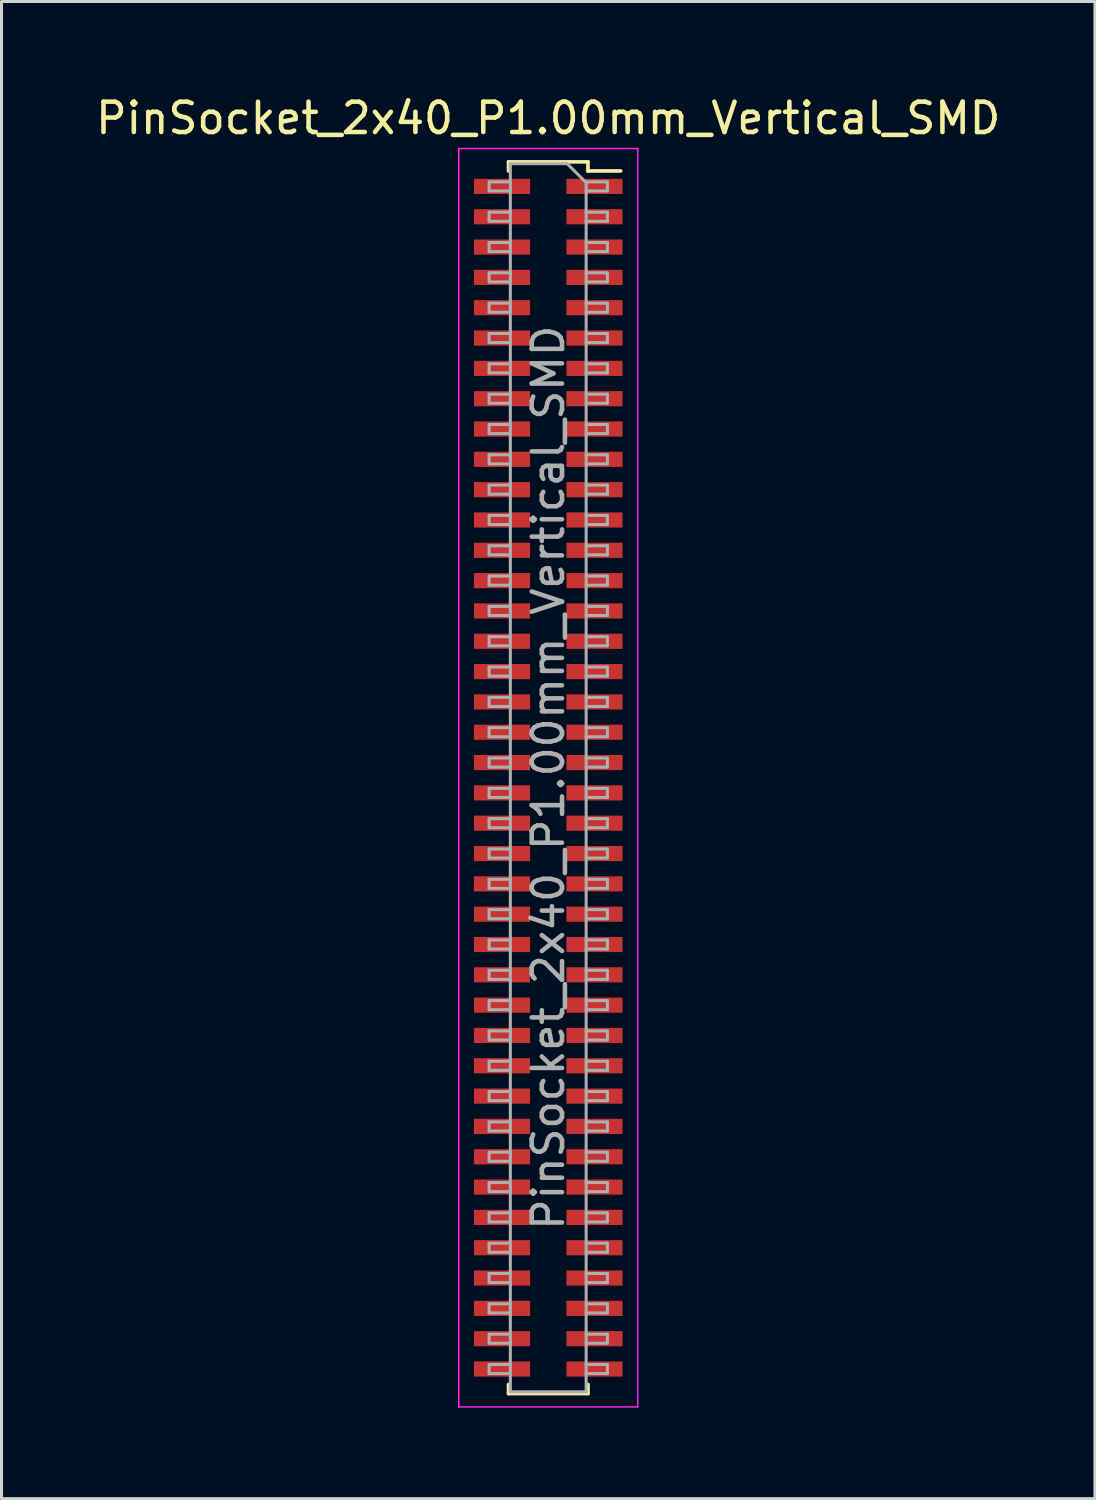
<source format=kicad_pcb>
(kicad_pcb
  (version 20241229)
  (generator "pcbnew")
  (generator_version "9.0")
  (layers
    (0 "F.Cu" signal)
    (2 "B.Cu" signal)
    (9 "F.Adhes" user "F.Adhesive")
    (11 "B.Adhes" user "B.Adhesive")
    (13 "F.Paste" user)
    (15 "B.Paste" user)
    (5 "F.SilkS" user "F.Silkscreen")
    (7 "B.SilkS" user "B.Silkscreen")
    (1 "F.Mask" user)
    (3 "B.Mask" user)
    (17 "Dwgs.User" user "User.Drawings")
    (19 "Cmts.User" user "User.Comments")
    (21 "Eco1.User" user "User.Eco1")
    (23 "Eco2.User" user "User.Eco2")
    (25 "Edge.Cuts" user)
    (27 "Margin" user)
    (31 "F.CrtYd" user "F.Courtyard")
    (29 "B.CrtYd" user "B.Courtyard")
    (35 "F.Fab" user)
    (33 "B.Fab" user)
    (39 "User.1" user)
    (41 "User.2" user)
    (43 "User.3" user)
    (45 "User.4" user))
  (footprint "PinSocket_2x40_P1.00mm_Vertical_SMD"
    (layer "F.Cu")
    (at 15.03 22.598)
    (property "Reference" "PinSocket_2x40_P1.00mm_Vertical_SMD" (at 0 -21.75 0) (layer "F.SilkS") (effects (font (size 1 1) (thickness 0.15))))
    (attr smd)
    (fp_line (start -1.31 -20.31) (end -1.31 -20.01) (stroke (width 0.12) (type solid)) (layer "F.SilkS"))
    (fp_line (start -1.31 -20.31) (end 1.31 -20.31) (stroke (width 0.12) (type solid)) (layer "F.SilkS"))
    (fp_line (start -1.31 20.01) (end -1.31 20.31) (stroke (width 0.12) (type solid)) (layer "F.SilkS"))
    (fp_line (start -1.31 20.31) (end 1.31 20.31) (stroke (width 0.12) (type solid)) (layer "F.SilkS"))
    (fp_line (start 1.31 -20.31) (end 1.31 -20.01) (stroke (width 0.12) (type solid)) (layer "F.SilkS"))
    (fp_line (start 1.31 -20.01) (end 2.39 -20.01) (stroke (width 0.12) (type solid)) (layer "F.SilkS"))
    (fp_line (start 1.31 20.01) (end 1.31 20.31) (stroke (width 0.12) (type solid)) (layer "F.SilkS"))
    (fp_line (start -2.95 -20.75) (end 2.95 -20.75) (stroke (width 0.05) (type solid)) (layer "F.CrtYd"))
    (fp_line (start -2.95 20.75) (end -2.95 -20.75) (stroke (width 0.05) (type solid)) (layer "F.CrtYd"))
    (fp_line (start 2.95 -20.75) (end 2.95 20.75) (stroke (width 0.05) (type solid)) (layer "F.CrtYd"))
    (fp_line (start 2.95 20.75) (end -2.95 20.75) (stroke (width 0.05) (type solid)) (layer "F.CrtYd"))
    (fp_line (start -1.95 -19.65) (end -1.25 -19.65) (stroke (width 0.1) (type solid)) (layer "F.Fab"))
    (fp_line (start -1.95 -19.35) (end -1.95 -19.65) (stroke (width 0.1) (type solid)) (layer "F.Fab"))
    (fp_line (start -1.95 -18.65) (end -1.25 -18.65) (stroke (width 0.1) (type solid)) (layer "F.Fab"))
    (fp_line (start -1.95 -18.35) (end -1.95 -18.65) (stroke (width 0.1) (type solid)) (layer "F.Fab"))
    (fp_line (start -1.95 -17.65) (end -1.25 -17.65) (stroke (width 0.1) (type solid)) (layer "F.Fab"))
    (fp_line (start -1.95 -17.35) (end -1.95 -17.65) (stroke (width 0.1) (type solid)) (layer "F.Fab"))
    (fp_line (start -1.95 -16.65) (end -1.25 -16.65) (stroke (width 0.1) (type solid)) (layer "F.Fab"))
    (fp_line (start -1.95 -16.35) (end -1.95 -16.65) (stroke (width 0.1) (type solid)) (layer "F.Fab"))
    (fp_line (start -1.95 -15.65) (end -1.25 -15.65) (stroke (width 0.1) (type solid)) (layer "F.Fab"))
    (fp_line (start -1.95 -15.35) (end -1.95 -15.65) (stroke (width 0.1) (type solid)) (layer "F.Fab"))
    (fp_line (start -1.95 -14.65) (end -1.25 -14.65) (stroke (width 0.1) (type solid)) (layer "F.Fab"))
    (fp_line (start -1.95 -14.35) (end -1.95 -14.65) (stroke (width 0.1) (type solid)) (layer "F.Fab"))
    (fp_line (start -1.95 -13.65) (end -1.25 -13.65) (stroke (width 0.1) (type solid)) (layer "F.Fab"))
    (fp_line (start -1.95 -13.35) (end -1.95 -13.65) (stroke (width 0.1) (type solid)) (layer "F.Fab"))
    (fp_line (start -1.95 -12.65) (end -1.25 -12.65) (stroke (width 0.1) (type solid)) (layer "F.Fab"))
    (fp_line (start -1.95 -12.35) (end -1.95 -12.65) (stroke (width 0.1) (type solid)) (layer "F.Fab"))
    (fp_line (start -1.95 -11.65) (end -1.25 -11.65) (stroke (width 0.1) (type solid)) (layer "F.Fab"))
    (fp_line (start -1.95 -11.35) (end -1.95 -11.65) (stroke (width 0.1) (type solid)) (layer "F.Fab"))
    (fp_line (start -1.95 -10.65) (end -1.25 -10.65) (stroke (width 0.1) (type solid)) (layer "F.Fab"))
    (fp_line (start -1.95 -10.35) (end -1.95 -10.65) (stroke (width 0.1) (type solid)) (layer "F.Fab"))
    (fp_line (start -1.95 -9.65) (end -1.25 -9.65) (stroke (width 0.1) (type solid)) (layer "F.Fab"))
    (fp_line (start -1.95 -9.35) (end -1.95 -9.65) (stroke (width 0.1) (type solid)) (layer "F.Fab"))
    (fp_line (start -1.95 -8.65) (end -1.25 -8.65) (stroke (width 0.1) (type solid)) (layer "F.Fab"))
    (fp_line (start -1.95 -8.35) (end -1.95 -8.65) (stroke (width 0.1) (type solid)) (layer "F.Fab"))
    (fp_line (start -1.95 -7.65) (end -1.25 -7.65) (stroke (width 0.1) (type solid)) (layer "F.Fab"))
    (fp_line (start -1.95 -7.35) (end -1.95 -7.65) (stroke (width 0.1) (type solid)) (layer "F.Fab"))
    (fp_line (start -1.95 -6.65) (end -1.25 -6.65) (stroke (width 0.1) (type solid)) (layer "F.Fab"))
    (fp_line (start -1.95 -6.35) (end -1.95 -6.65) (stroke (width 0.1) (type solid)) (layer "F.Fab"))
    (fp_line (start -1.95 -5.65) (end -1.25 -5.65) (stroke (width 0.1) (type solid)) (layer "F.Fab"))
    (fp_line (start -1.95 -5.35) (end -1.95 -5.65) (stroke (width 0.1) (type solid)) (layer "F.Fab"))
    (fp_line (start -1.95 -4.65) (end -1.25 -4.65) (stroke (width 0.1) (type solid)) (layer "F.Fab"))
    (fp_line (start -1.95 -4.35) (end -1.95 -4.65) (stroke (width 0.1) (type solid)) (layer "F.Fab"))
    (fp_line (start -1.95 -3.65) (end -1.25 -3.65) (stroke (width 0.1) (type solid)) (layer "F.Fab"))
    (fp_line (start -1.95 -3.35) (end -1.95 -3.65) (stroke (width 0.1) (type solid)) (layer "F.Fab"))
    (fp_line (start -1.95 -2.65) (end -1.25 -2.65) (stroke (width 0.1) (type solid)) (layer "F.Fab"))
    (fp_line (start -1.95 -2.35) (end -1.95 -2.65) (stroke (width 0.1) (type solid)) (layer "F.Fab"))
    (fp_line (start -1.95 -1.65) (end -1.25 -1.65) (stroke (width 0.1) (type solid)) (layer "F.Fab"))
    (fp_line (start -1.95 -1.35) (end -1.95 -1.65) (stroke (width 0.1) (type solid)) (layer "F.Fab"))
    (fp_line (start -1.95 -0.65) (end -1.25 -0.65) (stroke (width 0.1) (type solid)) (layer "F.Fab"))
    (fp_line (start -1.95 -0.35) (end -1.95 -0.65) (stroke (width 0.1) (type solid)) (layer "F.Fab"))
    (fp_line (start -1.95 0.35) (end -1.25 0.35) (stroke (width 0.1) (type solid)) (layer "F.Fab"))
    (fp_line (start -1.95 0.65) (end -1.95 0.35) (stroke (width 0.1) (type solid)) (layer "F.Fab"))
    (fp_line (start -1.95 1.35) (end -1.25 1.35) (stroke (width 0.1) (type solid)) (layer "F.Fab"))
    (fp_line (start -1.95 1.65) (end -1.95 1.35) (stroke (width 0.1) (type solid)) (layer "F.Fab"))
    (fp_line (start -1.95 2.35) (end -1.25 2.35) (stroke (width 0.1) (type solid)) (layer "F.Fab"))
    (fp_line (start -1.95 2.65) (end -1.95 2.35) (stroke (width 0.1) (type solid)) (layer "F.Fab"))
    (fp_line (start -1.95 3.35) (end -1.25 3.35) (stroke (width 0.1) (type solid)) (layer "F.Fab"))
    (fp_line (start -1.95 3.65) (end -1.95 3.35) (stroke (width 0.1) (type solid)) (layer "F.Fab"))
    (fp_line (start -1.95 4.35) (end -1.25 4.35) (stroke (width 0.1) (type solid)) (layer "F.Fab"))
    (fp_line (start -1.95 4.65) (end -1.95 4.35) (stroke (width 0.1) (type solid)) (layer "F.Fab"))
    (fp_line (start -1.95 5.35) (end -1.25 5.35) (stroke (width 0.1) (type solid)) (layer "F.Fab"))
    (fp_line (start -1.95 5.65) (end -1.95 5.35) (stroke (width 0.1) (type solid)) (layer "F.Fab"))
    (fp_line (start -1.95 6.35) (end -1.25 6.35) (stroke (width 0.1) (type solid)) (layer "F.Fab"))
    (fp_line (start -1.95 6.65) (end -1.95 6.35) (stroke (width 0.1) (type solid)) (layer "F.Fab"))
    (fp_line (start -1.95 7.35) (end -1.25 7.35) (stroke (width 0.1) (type solid)) (layer "F.Fab"))
    (fp_line (start -1.95 7.65) (end -1.95 7.35) (stroke (width 0.1) (type solid)) (layer "F.Fab"))
    (fp_line (start -1.95 8.35) (end -1.25 8.35) (stroke (width 0.1) (type solid)) (layer "F.Fab"))
    (fp_line (start -1.95 8.65) (end -1.95 8.35) (stroke (width 0.1) (type solid)) (layer "F.Fab"))
    (fp_line (start -1.95 9.35) (end -1.25 9.35) (stroke (width 0.1) (type solid)) (layer "F.Fab"))
    (fp_line (start -1.95 9.65) (end -1.95 9.35) (stroke (width 0.1) (type solid)) (layer "F.Fab"))
    (fp_line (start -1.95 10.35) (end -1.25 10.35) (stroke (width 0.1) (type solid)) (layer "F.Fab"))
    (fp_line (start -1.95 10.65) (end -1.95 10.35) (stroke (width 0.1) (type solid)) (layer "F.Fab"))
    (fp_line (start -1.95 11.35) (end -1.25 11.35) (stroke (width 0.1) (type solid)) (layer "F.Fab"))
    (fp_line (start -1.95 11.65) (end -1.95 11.35) (stroke (width 0.1) (type solid)) (layer "F.Fab"))
    (fp_line (start -1.95 12.35) (end -1.25 12.35) (stroke (width 0.1) (type solid)) (layer "F.Fab"))
    (fp_line (start -1.95 12.65) (end -1.95 12.35) (stroke (width 0.1) (type solid)) (layer "F.Fab"))
    (fp_line (start -1.95 13.35) (end -1.25 13.35) (stroke (width 0.1) (type solid)) (layer "F.Fab"))
    (fp_line (start -1.95 13.65) (end -1.95 13.35) (stroke (width 0.1) (type solid)) (layer "F.Fab"))
    (fp_line (start -1.95 14.35) (end -1.25 14.35) (stroke (width 0.1) (type solid)) (layer "F.Fab"))
    (fp_line (start -1.95 14.65) (end -1.95 14.35) (stroke (width 0.1) (type solid)) (layer "F.Fab"))
    (fp_line (start -1.95 15.35) (end -1.25 15.35) (stroke (width 0.1) (type solid)) (layer "F.Fab"))
    (fp_line (start -1.95 15.65) (end -1.95 15.35) (stroke (width 0.1) (type solid)) (layer "F.Fab"))
    (fp_line (start -1.95 16.35) (end -1.25 16.35) (stroke (width 0.1) (type solid)) (layer "F.Fab"))
    (fp_line (start -1.95 16.65) (end -1.95 16.35) (stroke (width 0.1) (type solid)) (layer "F.Fab"))
    (fp_line (start -1.95 17.35) (end -1.25 17.35) (stroke (width 0.1) (type solid)) (layer "F.Fab"))
    (fp_line (start -1.95 17.65) (end -1.95 17.35) (stroke (width 0.1) (type solid)) (layer "F.Fab"))
    (fp_line (start -1.95 18.35) (end -1.25 18.35) (stroke (width 0.1) (type solid)) (layer "F.Fab"))
    (fp_line (start -1.95 18.65) (end -1.95 18.35) (stroke (width 0.1) (type solid)) (layer "F.Fab"))
    (fp_line (start -1.95 19.35) (end -1.25 19.35) (stroke (width 0.1) (type solid)) (layer "F.Fab"))
    (fp_line (start -1.95 19.65) (end -1.95 19.35) (stroke (width 0.1) (type solid)) (layer "F.Fab"))
    (fp_line (start -1.25 -20.25) (end 0.625 -20.25) (stroke (width 0.1) (type solid)) (layer "F.Fab"))
    (fp_line (start -1.25 -19.35) (end -1.95 -19.35) (stroke (width 0.1) (type solid)) (layer "F.Fab"))
    (fp_line (start -1.25 -18.35) (end -1.95 -18.35) (stroke (width 0.1) (type solid)) (layer "F.Fab"))
    (fp_line (start -1.25 -17.35) (end -1.95 -17.35) (stroke (width 0.1) (type solid)) (layer "F.Fab"))
    (fp_line (start -1.25 -16.35) (end -1.95 -16.35) (stroke (width 0.1) (type solid)) (layer "F.Fab"))
    (fp_line (start -1.25 -15.35) (end -1.95 -15.35) (stroke (width 0.1) (type solid)) (layer "F.Fab"))
    (fp_line (start -1.25 -14.35) (end -1.95 -14.35) (stroke (width 0.1) (type solid)) (layer "F.Fab"))
    (fp_line (start -1.25 -13.35) (end -1.95 -13.35) (stroke (width 0.1) (type solid)) (layer "F.Fab"))
    (fp_line (start -1.25 -12.35) (end -1.95 -12.35) (stroke (width 0.1) (type solid)) (layer "F.Fab"))
    (fp_line (start -1.25 -11.35) (end -1.95 -11.35) (stroke (width 0.1) (type solid)) (layer "F.Fab"))
    (fp_line (start -1.25 -10.35) (end -1.95 -10.35) (stroke (width 0.1) (type solid)) (layer "F.Fab"))
    (fp_line (start -1.25 -9.35) (end -1.95 -9.35) (stroke (width 0.1) (type solid)) (layer "F.Fab"))
    (fp_line (start -1.25 -8.35) (end -1.95 -8.35) (stroke (width 0.1) (type solid)) (layer "F.Fab"))
    (fp_line (start -1.25 -7.35) (end -1.95 -7.35) (stroke (width 0.1) (type solid)) (layer "F.Fab"))
    (fp_line (start -1.25 -6.35) (end -1.95 -6.35) (stroke (width 0.1) (type solid)) (layer "F.Fab"))
    (fp_line (start -1.25 -5.35) (end -1.95 -5.35) (stroke (width 0.1) (type solid)) (layer "F.Fab"))
    (fp_line (start -1.25 -4.35) (end -1.95 -4.35) (stroke (width 0.1) (type solid)) (layer "F.Fab"))
    (fp_line (start -1.25 -3.35) (end -1.95 -3.35) (stroke (width 0.1) (type solid)) (layer "F.Fab"))
    (fp_line (start -1.25 -2.35) (end -1.95 -2.35) (stroke (width 0.1) (type solid)) (layer "F.Fab"))
    (fp_line (start -1.25 -1.35) (end -1.95 -1.35) (stroke (width 0.1) (type solid)) (layer "F.Fab"))
    (fp_line (start -1.25 -0.35) (end -1.95 -0.35) (stroke (width 0.1) (type solid)) (layer "F.Fab"))
    (fp_line (start -1.25 0.65) (end -1.95 0.65) (stroke (width 0.1) (type solid)) (layer "F.Fab"))
    (fp_line (start -1.25 1.65) (end -1.95 1.65) (stroke (width 0.1) (type solid)) (layer "F.Fab"))
    (fp_line (start -1.25 2.65) (end -1.95 2.65) (stroke (width 0.1) (type solid)) (layer "F.Fab"))
    (fp_line (start -1.25 3.65) (end -1.95 3.65) (stroke (width 0.1) (type solid)) (layer "F.Fab"))
    (fp_line (start -1.25 4.65) (end -1.95 4.65) (stroke (width 0.1) (type solid)) (layer "F.Fab"))
    (fp_line (start -1.25 5.65) (end -1.95 5.65) (stroke (width 0.1) (type solid)) (layer "F.Fab"))
    (fp_line (start -1.25 6.65) (end -1.95 6.65) (stroke (width 0.1) (type solid)) (layer "F.Fab"))
    (fp_line (start -1.25 7.65) (end -1.95 7.65) (stroke (width 0.1) (type solid)) (layer "F.Fab"))
    (fp_line (start -1.25 8.65) (end -1.95 8.65) (stroke (width 0.1) (type solid)) (layer "F.Fab"))
    (fp_line (start -1.25 9.65) (end -1.95 9.65) (stroke (width 0.1) (type solid)) (layer "F.Fab"))
    (fp_line (start -1.25 10.65) (end -1.95 10.65) (stroke (width 0.1) (type solid)) (layer "F.Fab"))
    (fp_line (start -1.25 11.65) (end -1.95 11.65) (stroke (width 0.1) (type solid)) (layer "F.Fab"))
    (fp_line (start -1.25 12.65) (end -1.95 12.65) (stroke (width 0.1) (type solid)) (layer "F.Fab"))
    (fp_line (start -1.25 13.65) (end -1.95 13.65) (stroke (width 0.1) (type solid)) (layer "F.Fab"))
    (fp_line (start -1.25 14.65) (end -1.95 14.65) (stroke (width 0.1) (type solid)) (layer "F.Fab"))
    (fp_line (start -1.25 15.65) (end -1.95 15.65) (stroke (width 0.1) (type solid)) (layer "F.Fab"))
    (fp_line (start -1.25 16.65) (end -1.95 16.65) (stroke (width 0.1) (type solid)) (layer "F.Fab"))
    (fp_line (start -1.25 17.65) (end -1.95 17.65) (stroke (width 0.1) (type solid)) (layer "F.Fab"))
    (fp_line (start -1.25 18.65) (end -1.95 18.65) (stroke (width 0.1) (type solid)) (layer "F.Fab"))
    (fp_line (start -1.25 19.65) (end -1.95 19.65) (stroke (width 0.1) (type solid)) (layer "F.Fab"))
    (fp_line (start -1.25 20.25) (end -1.25 -20.25) (stroke (width 0.1) (type solid)) (layer "F.Fab"))
    (fp_line (start 0.625 -20.25) (end 1.25 -19.625) (stroke (width 0.1) (type solid)) (layer "F.Fab"))
    (fp_line (start 1.25 -19.65) (end 1.95 -19.65) (stroke (width 0.1) (type solid)) (layer "F.Fab"))
    (fp_line (start 1.25 -19.625) (end 1.25 20.25) (stroke (width 0.1) (type solid)) (layer "F.Fab"))
    (fp_line (start 1.25 -18.65) (end 1.95 -18.65) (stroke (width 0.1) (type solid)) (layer "F.Fab"))
    (fp_line (start 1.25 -17.65) (end 1.95 -17.65) (stroke (width 0.1) (type solid)) (layer "F.Fab"))
    (fp_line (start 1.25 -16.65) (end 1.95 -16.65) (stroke (width 0.1) (type solid)) (layer "F.Fab"))
    (fp_line (start 1.25 -15.65) (end 1.95 -15.65) (stroke (width 0.1) (type solid)) (layer "F.Fab"))
    (fp_line (start 1.25 -14.65) (end 1.95 -14.65) (stroke (width 0.1) (type solid)) (layer "F.Fab"))
    (fp_line (start 1.25 -13.65) (end 1.95 -13.65) (stroke (width 0.1) (type solid)) (layer "F.Fab"))
    (fp_line (start 1.25 -12.65) (end 1.95 -12.65) (stroke (width 0.1) (type solid)) (layer "F.Fab"))
    (fp_line (start 1.25 -11.65) (end 1.95 -11.65) (stroke (width 0.1) (type solid)) (layer "F.Fab"))
    (fp_line (start 1.25 -10.65) (end 1.95 -10.65) (stroke (width 0.1) (type solid)) (layer "F.Fab"))
    (fp_line (start 1.25 -9.65) (end 1.95 -9.65) (stroke (width 0.1) (type solid)) (layer "F.Fab"))
    (fp_line (start 1.25 -8.65) (end 1.95 -8.65) (stroke (width 0.1) (type solid)) (layer "F.Fab"))
    (fp_line (start 1.25 -7.65) (end 1.95 -7.65) (stroke (width 0.1) (type solid)) (layer "F.Fab"))
    (fp_line (start 1.25 -6.65) (end 1.95 -6.65) (stroke (width 0.1) (type solid)) (layer "F.Fab"))
    (fp_line (start 1.25 -5.65) (end 1.95 -5.65) (stroke (width 0.1) (type solid)) (layer "F.Fab"))
    (fp_line (start 1.25 -4.65) (end 1.95 -4.65) (stroke (width 0.1) (type solid)) (layer "F.Fab"))
    (fp_line (start 1.25 -3.65) (end 1.95 -3.65) (stroke (width 0.1) (type solid)) (layer "F.Fab"))
    (fp_line (start 1.25 -2.65) (end 1.95 -2.65) (stroke (width 0.1) (type solid)) (layer "F.Fab"))
    (fp_line (start 1.25 -1.65) (end 1.95 -1.65) (stroke (width 0.1) (type solid)) (layer "F.Fab"))
    (fp_line (start 1.25 -0.65) (end 1.95 -0.65) (stroke (width 0.1) (type solid)) (layer "F.Fab"))
    (fp_line (start 1.25 0.35) (end 1.95 0.35) (stroke (width 0.1) (type solid)) (layer "F.Fab"))
    (fp_line (start 1.25 1.35) (end 1.95 1.35) (stroke (width 0.1) (type solid)) (layer "F.Fab"))
    (fp_line (start 1.25 2.35) (end 1.95 2.35) (stroke (width 0.1) (type solid)) (layer "F.Fab"))
    (fp_line (start 1.25 3.35) (end 1.95 3.35) (stroke (width 0.1) (type solid)) (layer "F.Fab"))
    (fp_line (start 1.25 4.35) (end 1.95 4.35) (stroke (width 0.1) (type solid)) (layer "F.Fab"))
    (fp_line (start 1.25 5.35) (end 1.95 5.35) (stroke (width 0.1) (type solid)) (layer "F.Fab"))
    (fp_line (start 1.25 6.35) (end 1.95 6.35) (stroke (width 0.1) (type solid)) (layer "F.Fab"))
    (fp_line (start 1.25 7.35) (end 1.95 7.35) (stroke (width 0.1) (type solid)) (layer "F.Fab"))
    (fp_line (start 1.25 8.35) (end 1.95 8.35) (stroke (width 0.1) (type solid)) (layer "F.Fab"))
    (fp_line (start 1.25 9.35) (end 1.95 9.35) (stroke (width 0.1) (type solid)) (layer "F.Fab"))
    (fp_line (start 1.25 10.35) (end 1.95 10.35) (stroke (width 0.1) (type solid)) (layer "F.Fab"))
    (fp_line (start 1.25 11.35) (end 1.95 11.35) (stroke (width 0.1) (type solid)) (layer "F.Fab"))
    (fp_line (start 1.25 12.35) (end 1.95 12.35) (stroke (width 0.1) (type solid)) (layer "F.Fab"))
    (fp_line (start 1.25 13.35) (end 1.95 13.35) (stroke (width 0.1) (type solid)) (layer "F.Fab"))
    (fp_line (start 1.25 14.35) (end 1.95 14.35) (stroke (width 0.1) (type solid)) (layer "F.Fab"))
    (fp_line (start 1.25 15.35) (end 1.95 15.35) (stroke (width 0.1) (type solid)) (layer "F.Fab"))
    (fp_line (start 1.25 16.35) (end 1.95 16.35) (stroke (width 0.1) (type solid)) (layer "F.Fab"))
    (fp_line (start 1.25 17.35) (end 1.95 17.35) (stroke (width 0.1) (type solid)) (layer "F.Fab"))
    (fp_line (start 1.25 18.35) (end 1.95 18.35) (stroke (width 0.1) (type solid)) (layer "F.Fab"))
    (fp_line (start 1.25 19.35) (end 1.95 19.35) (stroke (width 0.1) (type solid)) (layer "F.Fab"))
    (fp_line (start 1.25 20.25) (end -1.25 20.25) (stroke (width 0.1) (type solid)) (layer "F.Fab"))
    (fp_line (start 1.95 -19.65) (end 1.95 -19.35) (stroke (width 0.1) (type solid)) (layer "F.Fab"))
    (fp_line (start 1.95 -19.35) (end 1.25 -19.35) (stroke (width 0.1) (type solid)) (layer "F.Fab"))
    (fp_line (start 1.95 -18.65) (end 1.95 -18.35) (stroke (width 0.1) (type solid)) (layer "F.Fab"))
    (fp_line (start 1.95 -18.35) (end 1.25 -18.35) (stroke (width 0.1) (type solid)) (layer "F.Fab"))
    (fp_line (start 1.95 -17.65) (end 1.95 -17.35) (stroke (width 0.1) (type solid)) (layer "F.Fab"))
    (fp_line (start 1.95 -17.35) (end 1.25 -17.35) (stroke (width 0.1) (type solid)) (layer "F.Fab"))
    (fp_line (start 1.95 -16.65) (end 1.95 -16.35) (stroke (width 0.1) (type solid)) (layer "F.Fab"))
    (fp_line (start 1.95 -16.35) (end 1.25 -16.35) (stroke (width 0.1) (type solid)) (layer "F.Fab"))
    (fp_line (start 1.95 -15.65) (end 1.95 -15.35) (stroke (width 0.1) (type solid)) (layer "F.Fab"))
    (fp_line (start 1.95 -15.35) (end 1.25 -15.35) (stroke (width 0.1) (type solid)) (layer "F.Fab"))
    (fp_line (start 1.95 -14.65) (end 1.95 -14.35) (stroke (width 0.1) (type solid)) (layer "F.Fab"))
    (fp_line (start 1.95 -14.35) (end 1.25 -14.35) (stroke (width 0.1) (type solid)) (layer "F.Fab"))
    (fp_line (start 1.95 -13.65) (end 1.95 -13.35) (stroke (width 0.1) (type solid)) (layer "F.Fab"))
    (fp_line (start 1.95 -13.35) (end 1.25 -13.35) (stroke (width 0.1) (type solid)) (layer "F.Fab"))
    (fp_line (start 1.95 -12.65) (end 1.95 -12.35) (stroke (width 0.1) (type solid)) (layer "F.Fab"))
    (fp_line (start 1.95 -12.35) (end 1.25 -12.35) (stroke (width 0.1) (type solid)) (layer "F.Fab"))
    (fp_line (start 1.95 -11.65) (end 1.95 -11.35) (stroke (width 0.1) (type solid)) (layer "F.Fab"))
    (fp_line (start 1.95 -11.35) (end 1.25 -11.35) (stroke (width 0.1) (type solid)) (layer "F.Fab"))
    (fp_line (start 1.95 -10.65) (end 1.95 -10.35) (stroke (width 0.1) (type solid)) (layer "F.Fab"))
    (fp_line (start 1.95 -10.35) (end 1.25 -10.35) (stroke (width 0.1) (type solid)) (layer "F.Fab"))
    (fp_line (start 1.95 -9.65) (end 1.95 -9.35) (stroke (width 0.1) (type solid)) (layer "F.Fab"))
    (fp_line (start 1.95 -9.35) (end 1.25 -9.35) (stroke (width 0.1) (type solid)) (layer "F.Fab"))
    (fp_line (start 1.95 -8.65) (end 1.95 -8.35) (stroke (width 0.1) (type solid)) (layer "F.Fab"))
    (fp_line (start 1.95 -8.35) (end 1.25 -8.35) (stroke (width 0.1) (type solid)) (layer "F.Fab"))
    (fp_line (start 1.95 -7.65) (end 1.95 -7.35) (stroke (width 0.1) (type solid)) (layer "F.Fab"))
    (fp_line (start 1.95 -7.35) (end 1.25 -7.35) (stroke (width 0.1) (type solid)) (layer "F.Fab"))
    (fp_line (start 1.95 -6.65) (end 1.95 -6.35) (stroke (width 0.1) (type solid)) (layer "F.Fab"))
    (fp_line (start 1.95 -6.35) (end 1.25 -6.35) (stroke (width 0.1) (type solid)) (layer "F.Fab"))
    (fp_line (start 1.95 -5.65) (end 1.95 -5.35) (stroke (width 0.1) (type solid)) (layer "F.Fab"))
    (fp_line (start 1.95 -5.35) (end 1.25 -5.35) (stroke (width 0.1) (type solid)) (layer "F.Fab"))
    (fp_line (start 1.95 -4.65) (end 1.95 -4.35) (stroke (width 0.1) (type solid)) (layer "F.Fab"))
    (fp_line (start 1.95 -4.35) (end 1.25 -4.35) (stroke (width 0.1) (type solid)) (layer "F.Fab"))
    (fp_line (start 1.95 -3.65) (end 1.95 -3.35) (stroke (width 0.1) (type solid)) (layer "F.Fab"))
    (fp_line (start 1.95 -3.35) (end 1.25 -3.35) (stroke (width 0.1) (type solid)) (layer "F.Fab"))
    (fp_line (start 1.95 -2.65) (end 1.95 -2.35) (stroke (width 0.1) (type solid)) (layer "F.Fab"))
    (fp_line (start 1.95 -2.35) (end 1.25 -2.35) (stroke (width 0.1) (type solid)) (layer "F.Fab"))
    (fp_line (start 1.95 -1.65) (end 1.95 -1.35) (stroke (width 0.1) (type solid)) (layer "F.Fab"))
    (fp_line (start 1.95 -1.35) (end 1.25 -1.35) (stroke (width 0.1) (type solid)) (layer "F.Fab"))
    (fp_line (start 1.95 -0.65) (end 1.95 -0.35) (stroke (width 0.1) (type solid)) (layer "F.Fab"))
    (fp_line (start 1.95 -0.35) (end 1.25 -0.35) (stroke (width 0.1) (type solid)) (layer "F.Fab"))
    (fp_line (start 1.95 0.35) (end 1.95 0.65) (stroke (width 0.1) (type solid)) (layer "F.Fab"))
    (fp_line (start 1.95 0.65) (end 1.25 0.65) (stroke (width 0.1) (type solid)) (layer "F.Fab"))
    (fp_line (start 1.95 1.35) (end 1.95 1.65) (stroke (width 0.1) (type solid)) (layer "F.Fab"))
    (fp_line (start 1.95 1.65) (end 1.25 1.65) (stroke (width 0.1) (type solid)) (layer "F.Fab"))
    (fp_line (start 1.95 2.35) (end 1.95 2.65) (stroke (width 0.1) (type solid)) (layer "F.Fab"))
    (fp_line (start 1.95 2.65) (end 1.25 2.65) (stroke (width 0.1) (type solid)) (layer "F.Fab"))
    (fp_line (start 1.95 3.35) (end 1.95 3.65) (stroke (width 0.1) (type solid)) (layer "F.Fab"))
    (fp_line (start 1.95 3.65) (end 1.25 3.65) (stroke (width 0.1) (type solid)) (layer "F.Fab"))
    (fp_line (start 1.95 4.35) (end 1.95 4.65) (stroke (width 0.1) (type solid)) (layer "F.Fab"))
    (fp_line (start 1.95 4.65) (end 1.25 4.65) (stroke (width 0.1) (type solid)) (layer "F.Fab"))
    (fp_line (start 1.95 5.35) (end 1.95 5.65) (stroke (width 0.1) (type solid)) (layer "F.Fab"))
    (fp_line (start 1.95 5.65) (end 1.25 5.65) (stroke (width 0.1) (type solid)) (layer "F.Fab"))
    (fp_line (start 1.95 6.35) (end 1.95 6.65) (stroke (width 0.1) (type solid)) (layer "F.Fab"))
    (fp_line (start 1.95 6.65) (end 1.25 6.65) (stroke (width 0.1) (type solid)) (layer "F.Fab"))
    (fp_line (start 1.95 7.35) (end 1.95 7.65) (stroke (width 0.1) (type solid)) (layer "F.Fab"))
    (fp_line (start 1.95 7.65) (end 1.25 7.65) (stroke (width 0.1) (type solid)) (layer "F.Fab"))
    (fp_line (start 1.95 8.35) (end 1.95 8.65) (stroke (width 0.1) (type solid)) (layer "F.Fab"))
    (fp_line (start 1.95 8.65) (end 1.25 8.65) (stroke (width 0.1) (type solid)) (layer "F.Fab"))
    (fp_line (start 1.95 9.35) (end 1.95 9.65) (stroke (width 0.1) (type solid)) (layer "F.Fab"))
    (fp_line (start 1.95 9.65) (end 1.25 9.65) (stroke (width 0.1) (type solid)) (layer "F.Fab"))
    (fp_line (start 1.95 10.35) (end 1.95 10.65) (stroke (width 0.1) (type solid)) (layer "F.Fab"))
    (fp_line (start 1.95 10.65) (end 1.25 10.65) (stroke (width 0.1) (type solid)) (layer "F.Fab"))
    (fp_line (start 1.95 11.35) (end 1.95 11.65) (stroke (width 0.1) (type solid)) (layer "F.Fab"))
    (fp_line (start 1.95 11.65) (end 1.25 11.65) (stroke (width 0.1) (type solid)) (layer "F.Fab"))
    (fp_line (start 1.95 12.35) (end 1.95 12.65) (stroke (width 0.1) (type solid)) (layer "F.Fab"))
    (fp_line (start 1.95 12.65) (end 1.25 12.65) (stroke (width 0.1) (type solid)) (layer "F.Fab"))
    (fp_line (start 1.95 13.35) (end 1.95 13.65) (stroke (width 0.1) (type solid)) (layer "F.Fab"))
    (fp_line (start 1.95 13.65) (end 1.25 13.65) (stroke (width 0.1) (type solid)) (layer "F.Fab"))
    (fp_line (start 1.95 14.35) (end 1.95 14.65) (stroke (width 0.1) (type solid)) (layer "F.Fab"))
    (fp_line (start 1.95 14.65) (end 1.25 14.65) (stroke (width 0.1) (type solid)) (layer "F.Fab"))
    (fp_line (start 1.95 15.35) (end 1.95 15.65) (stroke (width 0.1) (type solid)) (layer "F.Fab"))
    (fp_line (start 1.95 15.65) (end 1.25 15.65) (stroke (width 0.1) (type solid)) (layer "F.Fab"))
    (fp_line (start 1.95 16.35) (end 1.95 16.65) (stroke (width 0.1) (type solid)) (layer "F.Fab"))
    (fp_line (start 1.95 16.65) (end 1.25 16.65) (stroke (width 0.1) (type solid)) (layer "F.Fab"))
    (fp_line (start 1.95 17.35) (end 1.95 17.65) (stroke (width 0.1) (type solid)) (layer "F.Fab"))
    (fp_line (start 1.95 17.65) (end 1.25 17.65) (stroke (width 0.1) (type solid)) (layer "F.Fab"))
    (fp_line (start 1.95 18.35) (end 1.95 18.65) (stroke (width 0.1) (type solid)) (layer "F.Fab"))
    (fp_line (start 1.95 18.65) (end 1.25 18.65) (stroke (width 0.1) (type solid)) (layer "F.Fab"))
    (fp_line (start 1.95 19.35) (end 1.95 19.65) (stroke (width 0.1) (type solid)) (layer "F.Fab"))
    (fp_line (start 1.95 19.65) (end 1.25 19.65) (stroke (width 0.1) (type solid)) (layer "F.Fab"))
    (fp_text user "${REFERENCE}" (at 0 0 90) (layer "F.Fab") (effects (font (size 1 1) (thickness 0.15))))
    (pad "1" smd rect (at 1.525 -19.5) (size 1.85 0.5) (layers "F.Cu" "F.Mask" "F.Paste"))
    (pad "2" smd rect (at -1.525 -19.5) (size 1.85 0.5) (layers "F.Cu" "F.Mask" "F.Paste"))
    (pad "3" smd rect (at 1.525 -18.5) (size 1.85 0.5) (layers "F.Cu" "F.Mask" "F.Paste"))
    (pad "4" smd rect (at -1.525 -18.5) (size 1.85 0.5) (layers "F.Cu" "F.Mask" "F.Paste"))
    (pad "5" smd rect (at 1.525 -17.5) (size 1.85 0.5) (layers "F.Cu" "F.Mask" "F.Paste"))
    (pad "6" smd rect (at -1.525 -17.5) (size 1.85 0.5) (layers "F.Cu" "F.Mask" "F.Paste"))
    (pad "7" smd rect (at 1.525 -16.5) (size 1.85 0.5) (layers "F.Cu" "F.Mask" "F.Paste"))
    (pad "8" smd rect (at -1.525 -16.5) (size 1.85 0.5) (layers "F.Cu" "F.Mask" "F.Paste"))
    (pad "9" smd rect (at 1.525 -15.5) (size 1.85 0.5) (layers "F.Cu" "F.Mask" "F.Paste"))
    (pad "10" smd rect (at -1.525 -15.5) (size 1.85 0.5) (layers "F.Cu" "F.Mask" "F.Paste"))
    (pad "11" smd rect (at 1.525 -14.5) (size 1.85 0.5) (layers "F.Cu" "F.Mask" "F.Paste"))
    (pad "12" smd rect (at -1.525 -14.5) (size 1.85 0.5) (layers "F.Cu" "F.Mask" "F.Paste"))
    (pad "13" smd rect (at 1.525 -13.5) (size 1.85 0.5) (layers "F.Cu" "F.Mask" "F.Paste"))
    (pad "14" smd rect (at -1.525 -13.5) (size 1.85 0.5) (layers "F.Cu" "F.Mask" "F.Paste"))
    (pad "15" smd rect (at 1.525 -12.5) (size 1.85 0.5) (layers "F.Cu" "F.Mask" "F.Paste"))
    (pad "16" smd rect (at -1.525 -12.5) (size 1.85 0.5) (layers "F.Cu" "F.Mask" "F.Paste"))
    (pad "17" smd rect (at 1.525 -11.5) (size 1.85 0.5) (layers "F.Cu" "F.Mask" "F.Paste"))
    (pad "18" smd rect (at -1.525 -11.5) (size 1.85 0.5) (layers "F.Cu" "F.Mask" "F.Paste"))
    (pad "19" smd rect (at 1.525 -10.5) (size 1.85 0.5) (layers "F.Cu" "F.Mask" "F.Paste"))
    (pad "20" smd rect (at -1.525 -10.5) (size 1.85 0.5) (layers "F.Cu" "F.Mask" "F.Paste"))
    (pad "21" smd rect (at 1.525 -9.5) (size 1.85 0.5) (layers "F.Cu" "F.Mask" "F.Paste"))
    (pad "22" smd rect (at -1.525 -9.5) (size 1.85 0.5) (layers "F.Cu" "F.Mask" "F.Paste"))
    (pad "23" smd rect (at 1.525 -8.5) (size 1.85 0.5) (layers "F.Cu" "F.Mask" "F.Paste"))
    (pad "24" smd rect (at -1.525 -8.5) (size 1.85 0.5) (layers "F.Cu" "F.Mask" "F.Paste"))
    (pad "25" smd rect (at 1.525 -7.5) (size 1.85 0.5) (layers "F.Cu" "F.Mask" "F.Paste"))
    (pad "26" smd rect (at -1.525 -7.5) (size 1.85 0.5) (layers "F.Cu" "F.Mask" "F.Paste"))
    (pad "27" smd rect (at 1.525 -6.5) (size 1.85 0.5) (layers "F.Cu" "F.Mask" "F.Paste"))
    (pad "28" smd rect (at -1.525 -6.5) (size 1.85 0.5) (layers "F.Cu" "F.Mask" "F.Paste"))
    (pad "29" smd rect (at 1.525 -5.5) (size 1.85 0.5) (layers "F.Cu" "F.Mask" "F.Paste"))
    (pad "30" smd rect (at -1.525 -5.5) (size 1.85 0.5) (layers "F.Cu" "F.Mask" "F.Paste"))
    (pad "31" smd rect (at 1.525 -4.5) (size 1.85 0.5) (layers "F.Cu" "F.Mask" "F.Paste"))
    (pad "32" smd rect (at -1.525 -4.5) (size 1.85 0.5) (layers "F.Cu" "F.Mask" "F.Paste"))
    (pad "33" smd rect (at 1.525 -3.5) (size 1.85 0.5) (layers "F.Cu" "F.Mask" "F.Paste"))
    (pad "34" smd rect (at -1.525 -3.5) (size 1.85 0.5) (layers "F.Cu" "F.Mask" "F.Paste"))
    (pad "35" smd rect (at 1.525 -2.5) (size 1.85 0.5) (layers "F.Cu" "F.Mask" "F.Paste"))
    (pad "36" smd rect (at -1.525 -2.5) (size 1.85 0.5) (layers "F.Cu" "F.Mask" "F.Paste"))
    (pad "37" smd rect (at 1.525 -1.5) (size 1.85 0.5) (layers "F.Cu" "F.Mask" "F.Paste"))
    (pad "38" smd rect (at -1.525 -1.5) (size 1.85 0.5) (layers "F.Cu" "F.Mask" "F.Paste"))
    (pad "39" smd rect (at 1.525 -0.5) (size 1.85 0.5) (layers "F.Cu" "F.Mask" "F.Paste"))
    (pad "40" smd rect (at -1.525 -0.5) (size 1.85 0.5) (layers "F.Cu" "F.Mask" "F.Paste"))
    (pad "41" smd rect (at 1.525 0.5) (size 1.85 0.5) (layers "F.Cu" "F.Mask" "F.Paste"))
    (pad "42" smd rect (at -1.525 0.5) (size 1.85 0.5) (layers "F.Cu" "F.Mask" "F.Paste"))
    (pad "43" smd rect (at 1.525 1.5) (size 1.85 0.5) (layers "F.Cu" "F.Mask" "F.Paste"))
    (pad "44" smd rect (at -1.525 1.5) (size 1.85 0.5) (layers "F.Cu" "F.Mask" "F.Paste"))
    (pad "45" smd rect (at 1.525 2.5) (size 1.85 0.5) (layers "F.Cu" "F.Mask" "F.Paste"))
    (pad "46" smd rect (at -1.525 2.5) (size 1.85 0.5) (layers "F.Cu" "F.Mask" "F.Paste"))
    (pad "47" smd rect (at 1.525 3.5) (size 1.85 0.5) (layers "F.Cu" "F.Mask" "F.Paste"))
    (pad "48" smd rect (at -1.525 3.5) (size 1.85 0.5) (layers "F.Cu" "F.Mask" "F.Paste"))
    (pad "49" smd rect (at 1.525 4.5) (size 1.85 0.5) (layers "F.Cu" "F.Mask" "F.Paste"))
    (pad "50" smd rect (at -1.525 4.5) (size 1.85 0.5) (layers "F.Cu" "F.Mask" "F.Paste"))
    (pad "51" smd rect (at 1.525 5.5) (size 1.85 0.5) (layers "F.Cu" "F.Mask" "F.Paste"))
    (pad "52" smd rect (at -1.525 5.5) (size 1.85 0.5) (layers "F.Cu" "F.Mask" "F.Paste"))
    (pad "53" smd rect (at 1.525 6.5) (size 1.85 0.5) (layers "F.Cu" "F.Mask" "F.Paste"))
    (pad "54" smd rect (at -1.525 6.5) (size 1.85 0.5) (layers "F.Cu" "F.Mask" "F.Paste"))
    (pad "55" smd rect (at 1.525 7.5) (size 1.85 0.5) (layers "F.Cu" "F.Mask" "F.Paste"))
    (pad "56" smd rect (at -1.525 7.5) (size 1.85 0.5) (layers "F.Cu" "F.Mask" "F.Paste"))
    (pad "57" smd rect (at 1.525 8.5) (size 1.85 0.5) (layers "F.Cu" "F.Mask" "F.Paste"))
    (pad "58" smd rect (at -1.525 8.5) (size 1.85 0.5) (layers "F.Cu" "F.Mask" "F.Paste"))
    (pad "59" smd rect (at 1.525 9.5) (size 1.85 0.5) (layers "F.Cu" "F.Mask" "F.Paste"))
    (pad "60" smd rect (at -1.525 9.5) (size 1.85 0.5) (layers "F.Cu" "F.Mask" "F.Paste"))
    (pad "61" smd rect (at 1.525 10.5) (size 1.85 0.5) (layers "F.Cu" "F.Mask" "F.Paste"))
    (pad "62" smd rect (at -1.525 10.5) (size 1.85 0.5) (layers "F.Cu" "F.Mask" "F.Paste"))
    (pad "63" smd rect (at 1.525 11.5) (size 1.85 0.5) (layers "F.Cu" "F.Mask" "F.Paste"))
    (pad "64" smd rect (at -1.525 11.5) (size 1.85 0.5) (layers "F.Cu" "F.Mask" "F.Paste"))
    (pad "65" smd rect (at 1.525 12.5) (size 1.85 0.5) (layers "F.Cu" "F.Mask" "F.Paste"))
    (pad "66" smd rect (at -1.525 12.5) (size 1.85 0.5) (layers "F.Cu" "F.Mask" "F.Paste"))
    (pad "67" smd rect (at 1.525 13.5) (size 1.85 0.5) (layers "F.Cu" "F.Mask" "F.Paste"))
    (pad "68" smd rect (at -1.525 13.5) (size 1.85 0.5) (layers "F.Cu" "F.Mask" "F.Paste"))
    (pad "69" smd rect (at 1.525 14.5) (size 1.85 0.5) (layers "F.Cu" "F.Mask" "F.Paste"))
    (pad "70" smd rect (at -1.525 14.5) (size 1.85 0.5) (layers "F.Cu" "F.Mask" "F.Paste"))
    (pad "71" smd rect (at 1.525 15.5) (size 1.85 0.5) (layers "F.Cu" "F.Mask" "F.Paste"))
    (pad "72" smd rect (at -1.525 15.5) (size 1.85 0.5) (layers "F.Cu" "F.Mask" "F.Paste"))
    (pad "73" smd rect (at 1.525 16.5) (size 1.85 0.5) (layers "F.Cu" "F.Mask" "F.Paste"))
    (pad "74" smd rect (at -1.525 16.5) (size 1.85 0.5) (layers "F.Cu" "F.Mask" "F.Paste"))
    (pad "75" smd rect (at 1.525 17.5) (size 1.85 0.5) (layers "F.Cu" "F.Mask" "F.Paste"))
    (pad "76" smd rect (at -1.525 17.5) (size 1.85 0.5) (layers "F.Cu" "F.Mask" "F.Paste"))
    (pad "77" smd rect (at 1.525 18.5) (size 1.85 0.5) (layers "F.Cu" "F.Mask" "F.Paste"))
    (pad "78" smd rect (at -1.525 18.5) (size 1.85 0.5) (layers "F.Cu" "F.Mask" "F.Paste"))
    (pad "79" smd rect (at 1.525 19.5) (size 1.85 0.5) (layers "F.Cu" "F.Mask" "F.Paste"))
    (pad "80" smd rect (at -1.525 19.5) (size 1.85 0.5) (layers "F.Cu" "F.Mask" "F.Paste")))
  (gr_rect
    (start -3 -3)
    (end 33.06 46.373)
    (stroke (width 0.1) (type default))
    (fill no)
    (layer "Edge.Cuts")))
</source>
